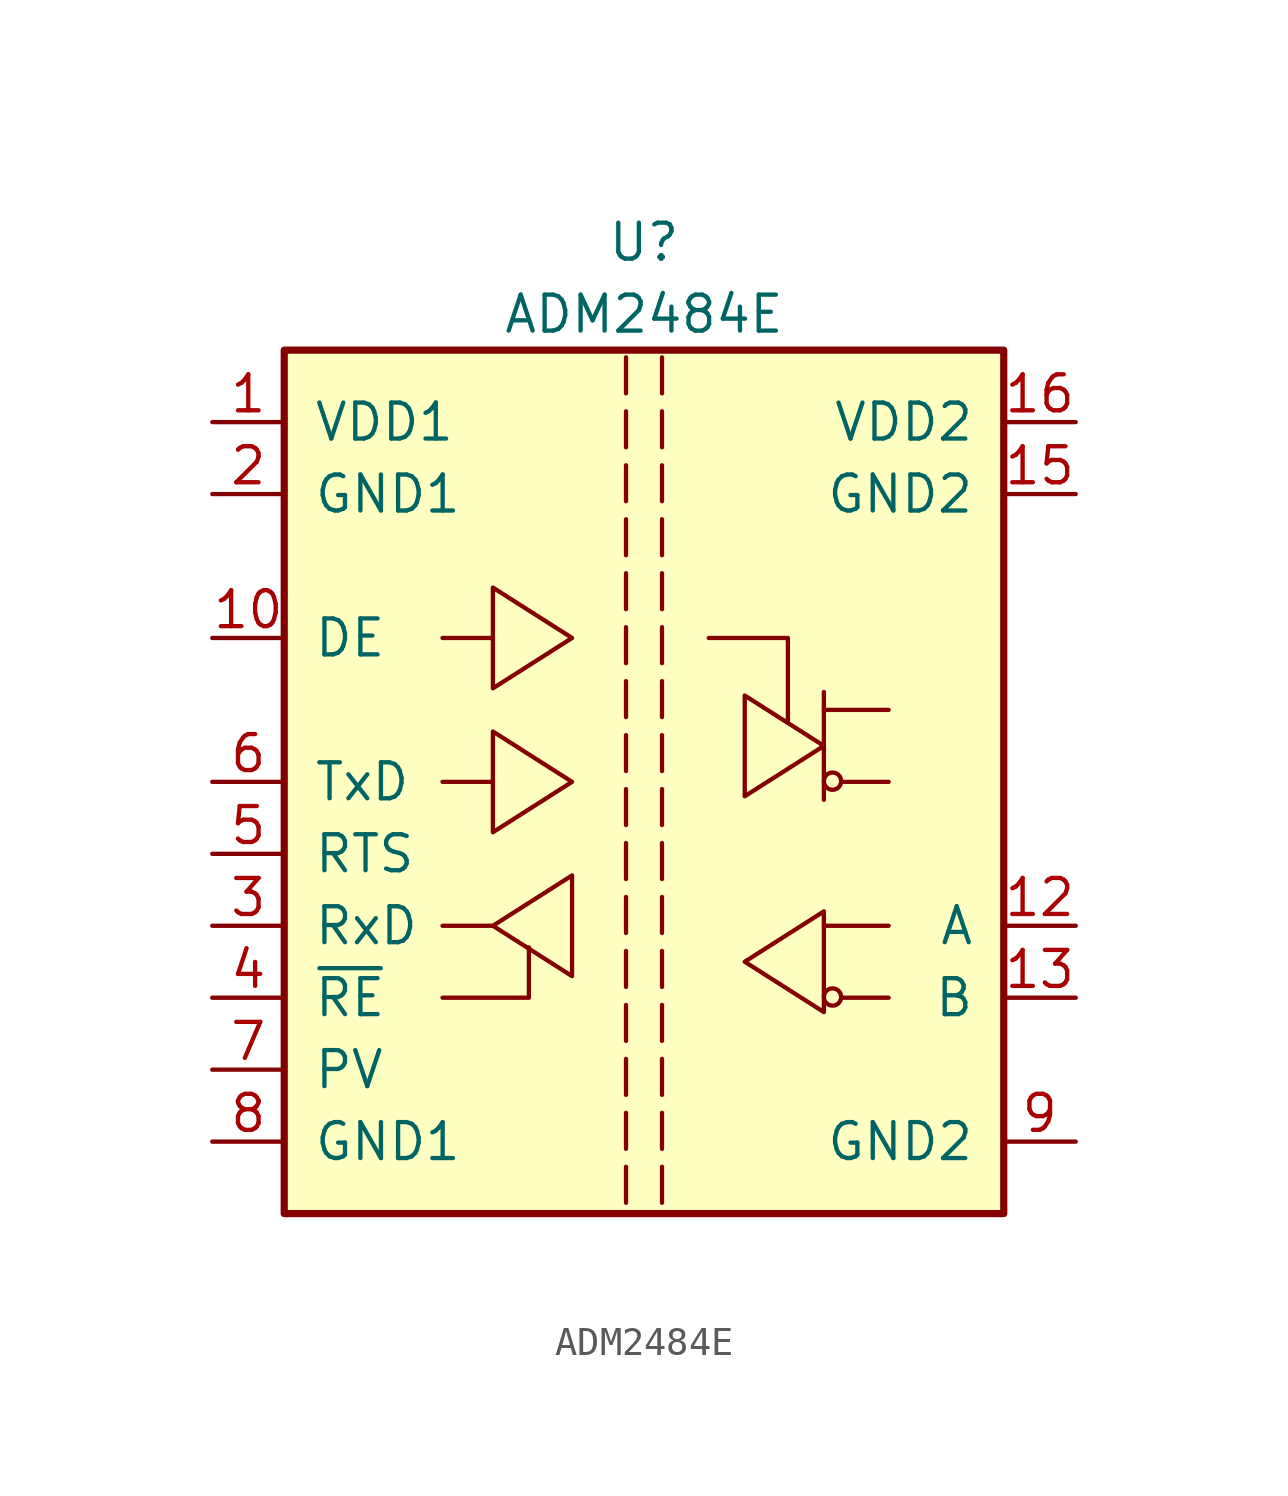
<source format=kicad_sym>
(kicad_symbol_lib
  (version 20231120)
  (generator "kicad_symbol_editor")
  (generator_version "8.0")
  (symbol "ADM2484E"
    (pin_names
      (offset 1.016))
    (property "Reference" "U"
      (at 0 19.05 0)
      (effects (font (size 1.27 1.27))))
    (property "Value" "ADM2484E"
      (at 0 16.51 0)
      (effects (font (size 1.27 1.27))))
    (symbol "ADM2484E_0_0"
      (polyline (pts (xy -0.635 -13.589) (xy -0.635 -14.859)) (stroke (width 0) (type default)) (fill (type none)))
      (polyline (pts (xy -0.635 -11.684) (xy -0.635 -12.954)) (stroke (width 0) (type default)) (fill (type none)))
      (polyline (pts (xy -0.635 -9.779) (xy -0.635 -11.049)) (stroke (width 0) (type default)) (fill (type none)))
      (polyline (pts (xy -0.635 -7.874) (xy -0.635 -9.144)) (stroke (width 0) (type default)) (fill (type none)))
      (polyline (pts (xy -0.635 -5.969) (xy -0.635 -7.239)) (stroke (width 0) (type default)) (fill (type none)))
      (polyline (pts (xy -0.635 -4.064) (xy -0.635 -5.334)) (stroke (width 0) (type default)) (fill (type none)))
      (polyline (pts (xy -0.635 -2.159) (xy -0.635 -3.429)) (stroke (width 0) (type default)) (fill (type none)))
      (polyline (pts (xy -0.635 -0.254) (xy -0.635 -1.524)) (stroke (width 0) (type default)) (fill (type none)))
      (polyline (pts (xy -0.635 1.651) (xy -0.635 0.381)) (stroke (width 0) (type default)) (fill (type none)))
      (polyline (pts (xy -0.635 3.556) (xy -0.635 2.286)) (stroke (width 0) (type default)) (fill (type none)))
      (polyline (pts (xy -0.635 5.461) (xy -0.635 4.191)) (stroke (width 0) (type default)) (fill (type none)))
      (polyline (pts (xy -0.635 7.366) (xy -0.635 6.096)) (stroke (width 0) (type default)) (fill (type none)))
      (polyline (pts (xy -0.635 9.271) (xy -0.635 8.001)) (stroke (width 0) (type default)) (fill (type none)))
      (polyline (pts (xy -0.635 11.176) (xy -0.635 9.906)) (stroke (width 0) (type default)) (fill (type none)))
      (polyline (pts (xy -0.635 13.081) (xy -0.635 11.811)) (stroke (width 0) (type default)) (fill (type none)))
      (polyline (pts (xy -0.635 14.986) (xy -0.635 13.716)) (stroke (width 0) (type default)) (fill (type none)))
      (polyline (pts (xy 0.635 -13.589) (xy 0.635 -14.859)) (stroke (width 0) (type default)) (fill (type none)))
      (polyline (pts (xy 0.635 -11.684) (xy 0.635 -12.954)) (stroke (width 0) (type default)) (fill (type none)))
      (polyline (pts (xy 0.635 -9.779) (xy 0.635 -11.049)) (stroke (width 0) (type default)) (fill (type none)))
      (polyline (pts (xy 0.635 -7.874) (xy 0.635 -9.144)) (stroke (width 0) (type default)) (fill (type none)))
      (polyline (pts (xy 0.635 -5.969) (xy 0.635 -7.239)) (stroke (width 0) (type default)) (fill (type none)))
      (polyline (pts (xy 0.635 -4.064) (xy 0.635 -5.334)) (stroke (width 0) (type default)) (fill (type none)))
      (polyline (pts (xy 0.635 -2.159) (xy 0.635 -3.429)) (stroke (width 0) (type default)) (fill (type none)))
      (polyline (pts (xy 0.635 -0.254) (xy 0.635 -1.524)) (stroke (width 0) (type default)) (fill (type none)))
      (polyline (pts (xy 0.635 1.651) (xy 0.635 0.381)) (stroke (width 0) (type default)) (fill (type none)))
      (polyline (pts (xy 0.635 3.556) (xy 0.635 2.286)) (stroke (width 0) (type default)) (fill (type none)))
      (polyline (pts (xy 0.635 5.461) (xy 0.635 4.191)) (stroke (width 0) (type default)) (fill (type none)))
      (polyline (pts (xy 0.635 7.366) (xy 0.635 6.096)) (stroke (width 0) (type default)) (fill (type none)))
      (polyline (pts (xy 0.635 9.271) (xy 0.635 8.001)) (stroke (width 0) (type default)) (fill (type none)))
      (polyline (pts (xy 0.635 11.176) (xy 0.635 9.906)) (stroke (width 0) (type default)) (fill (type none)))
      (polyline (pts (xy 0.635 13.081) (xy 0.635 11.811)) (stroke (width 0) (type default)) (fill (type none)))
      (polyline (pts (xy 0.635 14.986) (xy 0.635 13.716)) (stroke (width 0) (type default)) (fill (type none))))
    (symbol "ADM2484E_0_1"
      (rectangle (start -12.7 15.24) (end 12.7 -15.24) (stroke (width 0.254) (type default)) (fill (type background)))
      (polyline (pts (xy -5.334 -5.08) (xy -7.112 -5.08)) (stroke (width 0) (type default)) (fill (type none)))
      (polyline (pts (xy -5.334 0) (xy -7.112 0)) (stroke (width 0) (type default)) (fill (type none)))
      (polyline (pts (xy -5.334 5.08) (xy -7.112 5.08)) (stroke (width 0) (type default)) (fill (type none)))
      (polyline (pts (xy 6.35 -5.08) (xy 8.636 -5.08)) (stroke (width 0) (type default)) (fill (type none)))
      (polyline (pts (xy 6.35 2.54) (xy 8.636 2.54)) (stroke (width 0) (type default)) (fill (type none)))
      (polyline (pts (xy 6.35 3.175) (xy 6.35 -0.635)) (stroke (width 0) (type default)) (fill (type none)))
      (polyline (pts (xy 6.96 -7.62) (xy 8.636 -7.62)) (stroke (width 0) (type default)) (fill (type none)))
      (polyline (pts (xy 6.96 0) (xy 8.636 0)) (stroke (width 0) (type default)) (fill (type none)))
      (polyline (pts (xy -7.112 -7.62) (xy -4.064 -7.62) (xy -4.064 -5.842)) (stroke (width 0) (type default)) (fill (type none)))
      (polyline (pts (xy 2.286 5.08) (xy 5.08 5.08) (xy 5.08 2.159)) (stroke (width 0) (type default)) (fill (type none)))
      (polyline (pts (xy -5.334 -5.08) (xy -2.54 -3.302) (xy -2.54 -6.858) (xy -5.334 -5.08)) (stroke (width 0) (type default)) (fill (type none)))
      (polyline (pts (xy -2.54 0) (xy -5.334 1.778) (xy -5.334 -1.778) (xy -2.54 0)) (stroke (width 0) (type default)) (fill (type none)))
      (polyline (pts (xy -2.54 5.08) (xy -5.334 6.858) (xy -5.334 3.302) (xy -2.54 5.08)) (stroke (width 0) (type default)) (fill (type none)))
      (polyline (pts (xy 3.556 -6.35) (xy 6.35 -4.572) (xy 6.35 -8.128) (xy 3.556 -6.35)) (stroke (width 0) (type default)) (fill (type none)))
      (polyline (pts (xy 6.35 1.27) (xy 3.556 3.048) (xy 3.556 -0.508) (xy 6.35 1.27)) (stroke (width 0) (type default)) (fill (type none)))
      (circle (center 6.655 -7.595) (radius 0.305) (stroke (width 0) (type default)) (fill (type none)))
      (circle (center 6.655 0.025) (radius 0.305) (stroke (width 0) (type default)) (fill (type none))))
    (symbol "ADM2484E_1_1"
      (pin power_in line (at -15.24 12.7 0) (length 2.54) (name "VDD1" (effects (font (size 1.27 1.27)))) (number "1" (effects (font (size 1.27 1.27)))))
      (pin input line (at -15.24 5.08 0) (length 2.54) (name "DE" (effects (font (size 1.27 1.27)))) (number "10" (effects (font (size 1.27 1.27)))))
      (pin no_connect line (at 15.24 2.54 180) (length 2.54) hide (name "Y" (effects (font (size 1.27 1.27)))) (number "11" (effects (font (size 1.27 1.27)))))
      (pin input line (at 15.24 -5.08 180) (length 2.54) (name "A" (effects (font (size 1.27 1.27)))) (number "12" (effects (font (size 1.27 1.27)))))
      (pin input line (at 15.24 -7.62 180) (length 2.54) (name "B" (effects (font (size 1.27 1.27)))) (number "13" (effects (font (size 1.27 1.27)))))
      (pin no_connect line (at 15.24 0 180) (length 2.54) hide (name "Z" (effects (font (size 1.27 1.27)))) (number "14" (effects (font (size 1.27 1.27)))))
      (pin power_in line (at 15.24 10.16 180) (length 2.54) (name "GND2" (effects (font (size 1.27 1.27)))) (number "15" (effects (font (size 1.27 1.27)))))
      (pin power_in line (at 15.24 12.7 180) (length 2.54) (name "VDD2" (effects (font (size 1.27 1.27)))) (number "16" (effects (font (size 1.27 1.27)))))
      (pin power_in line (at -15.24 10.16 0) (length 2.54) (name "GND1" (effects (font (size 1.27 1.27)))) (number "2" (effects (font (size 1.27 1.27)))))
      (pin output line (at -15.24 -5.08 0) (length 2.54) (name "RxD" (effects (font (size 1.27 1.27)))) (number "3" (effects (font (size 1.27 1.27)))))
      (pin input line (at -15.24 -7.62 0) (length 2.54) (name "~{RE}" (effects (font (size 1.27 1.27)))) (number "4" (effects (font (size 1.27 1.27)))))
      (pin input line (at -15.24 -2.54 0) (length 2.54) (name "RTS" (effects (font (size 1.27 1.27)))) (number "5" (effects (font (size 1.27 1.27)))))
      (pin input line (at -15.24 0 0) (length 2.54) (name "TxD" (effects (font (size 1.27 1.27)))) (number "6" (effects (font (size 1.27 1.27)))))
      (pin input line (at -15.24 -10.16 0) (length 2.54) (name "PV" (effects (font (size 1.27 1.27)))) (number "7" (effects (font (size 1.27 1.27)))))
      (pin power_in line (at -15.24 -12.7 0) (length 2.54) (name "GND1" (effects (font (size 1.27 1.27)))) (number "8" (effects (font (size 1.27 1.27)))))
      (pin power_in line (at 15.24 -12.7 180) (length 2.54) (name "GND2" (effects (font (size 1.27 1.27)))) (number "9" (effects (font (size 1.27 1.27))))))))
</source>
